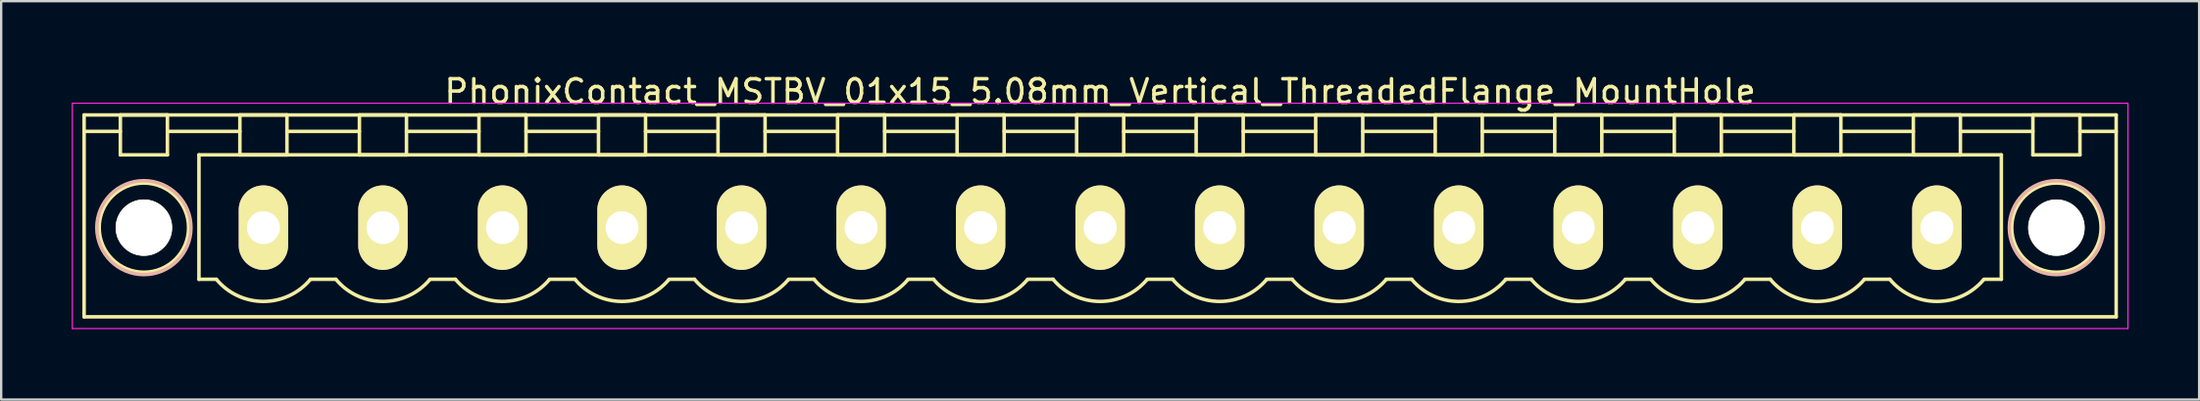
<source format=kicad_pcb>
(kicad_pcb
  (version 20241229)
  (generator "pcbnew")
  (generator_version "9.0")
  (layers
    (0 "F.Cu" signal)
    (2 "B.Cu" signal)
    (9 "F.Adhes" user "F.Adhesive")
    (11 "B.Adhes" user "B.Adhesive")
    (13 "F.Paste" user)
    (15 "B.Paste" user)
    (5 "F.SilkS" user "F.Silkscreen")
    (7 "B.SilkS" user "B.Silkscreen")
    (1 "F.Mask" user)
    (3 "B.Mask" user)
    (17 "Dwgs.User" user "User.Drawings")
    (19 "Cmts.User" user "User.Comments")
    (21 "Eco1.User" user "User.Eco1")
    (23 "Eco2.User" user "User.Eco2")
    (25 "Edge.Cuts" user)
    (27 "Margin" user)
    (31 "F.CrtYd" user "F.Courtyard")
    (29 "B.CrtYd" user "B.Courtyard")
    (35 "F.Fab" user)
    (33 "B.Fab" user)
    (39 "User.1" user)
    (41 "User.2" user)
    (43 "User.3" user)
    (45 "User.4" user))
  (footprint "PhonixContact_MSTBV_01x15_5.08mm_Vertical_ThreadedFlange_MountHole"
    (layer "F.Cu")
    (at 8.145 6.648)
    (property "Reference" "PhonixContact_MSTBV_01x15_5.08mm_Vertical_ThreadedFlange_MountHole" (at 35.56 -5.8 0) (layer "F.SilkS") (effects (font (size 1 1) (thickness 0.15))))
    (attr through_hole)
    (fp_line (start -7.62 -4.8) (end -7.62 3.8) (stroke (width 0.15) (type solid)) (layer "F.SilkS"))
    (fp_line (start -7.62 -4.1) (end -6.08 -4.1) (stroke (width 0.15) (type solid)) (layer "F.SilkS"))
    (fp_line (start -7.62 3.8) (end 78.74 3.8) (stroke (width 0.15) (type solid)) (layer "F.SilkS"))
    (fp_line (start -6.08 -4.8) (end -4.08 -4.8) (stroke (width 0.15) (type solid)) (layer "F.SilkS"))
    (fp_line (start -6.08 -3.1) (end -6.08 -4.8) (stroke (width 0.15) (type solid)) (layer "F.SilkS"))
    (fp_line (start -4.08 -4.8) (end -4.08 -3.1) (stroke (width 0.15) (type solid)) (layer "F.SilkS"))
    (fp_line (start -4.08 -4.1) (end -1 -4.1) (stroke (width 0.15) (type solid)) (layer "F.SilkS"))
    (fp_line (start -4.08 -3.1) (end -6.08 -3.1) (stroke (width 0.15) (type solid)) (layer "F.SilkS"))
    (fp_line (start -2.74 -3.1) (end 73.86 -3.1) (stroke (width 0.15) (type solid)) (layer "F.SilkS"))
    (fp_line (start -2.74 2.2) (end -2.74 -3.1) (stroke (width 0.15) (type solid)) (layer "F.SilkS"))
    (fp_line (start -2 2.2) (end -2.74 2.2) (stroke (width 0.15) (type solid)) (layer "F.SilkS"))
    (fp_line (start -1 -4.8) (end 1 -4.8) (stroke (width 0.15) (type solid)) (layer "F.SilkS"))
    (fp_line (start -1 -3.1) (end -1 -4.8) (stroke (width 0.15) (type solid)) (layer "F.SilkS"))
    (fp_line (start 1 -4.8) (end 1 -3.1) (stroke (width 0.15) (type solid)) (layer "F.SilkS"))
    (fp_line (start 1 -4.1) (end 4.08 -4.1) (stroke (width 0.15) (type solid)) (layer "F.SilkS"))
    (fp_line (start 1 -3.1) (end -1 -3.1) (stroke (width 0.15) (type solid)) (layer "F.SilkS"))
    (fp_line (start 2 2.2) (end 3.08 2.2) (stroke (width 0.15) (type solid)) (layer "F.SilkS"))
    (fp_line (start 4.08 -4.8) (end 6.08 -4.8) (stroke (width 0.15) (type solid)) (layer "F.SilkS"))
    (fp_line (start 4.08 -3.1) (end 4.08 -4.8) (stroke (width 0.15) (type solid)) (layer "F.SilkS"))
    (fp_line (start 6.08 -4.8) (end 6.08 -3.1) (stroke (width 0.15) (type solid)) (layer "F.SilkS"))
    (fp_line (start 6.08 -4.1) (end 9.16 -4.1) (stroke (width 0.15) (type solid)) (layer "F.SilkS"))
    (fp_line (start 6.08 -3.1) (end 4.08 -3.1) (stroke (width 0.15) (type solid)) (layer "F.SilkS"))
    (fp_line (start 7.08 2.2) (end 8.16 2.2) (stroke (width 0.15) (type solid)) (layer "F.SilkS"))
    (fp_line (start 9.16 -4.8) (end 11.16 -4.8) (stroke (width 0.15) (type solid)) (layer "F.SilkS"))
    (fp_line (start 9.16 -3.1) (end 9.16 -4.8) (stroke (width 0.15) (type solid)) (layer "F.SilkS"))
    (fp_line (start 11.16 -4.8) (end 11.16 -3.1) (stroke (width 0.15) (type solid)) (layer "F.SilkS"))
    (fp_line (start 11.16 -4.1) (end 14.24 -4.1) (stroke (width 0.15) (type solid)) (layer "F.SilkS"))
    (fp_line (start 11.16 -3.1) (end 9.16 -3.1) (stroke (width 0.15) (type solid)) (layer "F.SilkS"))
    (fp_line (start 12.16 2.2) (end 13.24 2.2) (stroke (width 0.15) (type solid)) (layer "F.SilkS"))
    (fp_line (start 14.24 -4.8) (end 16.24 -4.8) (stroke (width 0.15) (type solid)) (layer "F.SilkS"))
    (fp_line (start 14.24 -3.1) (end 14.24 -4.8) (stroke (width 0.15) (type solid)) (layer "F.SilkS"))
    (fp_line (start 16.24 -4.8) (end 16.24 -3.1) (stroke (width 0.15) (type solid)) (layer "F.SilkS"))
    (fp_line (start 16.24 -4.1) (end 19.32 -4.1) (stroke (width 0.15) (type solid)) (layer "F.SilkS"))
    (fp_line (start 16.24 -3.1) (end 14.24 -3.1) (stroke (width 0.15) (type solid)) (layer "F.SilkS"))
    (fp_line (start 17.24 2.2) (end 18.32 2.2) (stroke (width 0.15) (type solid)) (layer "F.SilkS"))
    (fp_line (start 19.32 -4.8) (end 21.32 -4.8) (stroke (width 0.15) (type solid)) (layer "F.SilkS"))
    (fp_line (start 19.32 -3.1) (end 19.32 -4.8) (stroke (width 0.15) (type solid)) (layer "F.SilkS"))
    (fp_line (start 21.32 -4.8) (end 21.32 -3.1) (stroke (width 0.15) (type solid)) (layer "F.SilkS"))
    (fp_line (start 21.32 -4.1) (end 24.4 -4.1) (stroke (width 0.15) (type solid)) (layer "F.SilkS"))
    (fp_line (start 21.32 -3.1) (end 19.32 -3.1) (stroke (width 0.15) (type solid)) (layer "F.SilkS"))
    (fp_line (start 22.32 2.2) (end 23.4 2.2) (stroke (width 0.15) (type solid)) (layer "F.SilkS"))
    (fp_line (start 24.4 -4.8) (end 26.4 -4.8) (stroke (width 0.15) (type solid)) (layer "F.SilkS"))
    (fp_line (start 24.4 -3.1) (end 24.4 -4.8) (stroke (width 0.15) (type solid)) (layer "F.SilkS"))
    (fp_line (start 26.4 -4.8) (end 26.4 -3.1) (stroke (width 0.15) (type solid)) (layer "F.SilkS"))
    (fp_line (start 26.4 -4.1) (end 29.48 -4.1) (stroke (width 0.15) (type solid)) (layer "F.SilkS"))
    (fp_line (start 26.4 -3.1) (end 24.4 -3.1) (stroke (width 0.15) (type solid)) (layer "F.SilkS"))
    (fp_line (start 27.4 2.2) (end 28.48 2.2) (stroke (width 0.15) (type solid)) (layer "F.SilkS"))
    (fp_line (start 29.48 -4.8) (end 31.48 -4.8) (stroke (width 0.15) (type solid)) (layer "F.SilkS"))
    (fp_line (start 29.48 -3.1) (end 29.48 -4.8) (stroke (width 0.15) (type solid)) (layer "F.SilkS"))
    (fp_line (start 31.48 -4.8) (end 31.48 -3.1) (stroke (width 0.15) (type solid)) (layer "F.SilkS"))
    (fp_line (start 31.48 -4.1) (end 34.56 -4.1) (stroke (width 0.15) (type solid)) (layer "F.SilkS"))
    (fp_line (start 31.48 -3.1) (end 29.48 -3.1) (stroke (width 0.15) (type solid)) (layer "F.SilkS"))
    (fp_line (start 32.48 2.2) (end 33.56 2.2) (stroke (width 0.15) (type solid)) (layer "F.SilkS"))
    (fp_line (start 34.56 -4.8) (end 36.56 -4.8) (stroke (width 0.15) (type solid)) (layer "F.SilkS"))
    (fp_line (start 34.56 -3.1) (end 34.56 -4.8) (stroke (width 0.15) (type solid)) (layer "F.SilkS"))
    (fp_line (start 36.56 -4.8) (end 36.56 -3.1) (stroke (width 0.15) (type solid)) (layer "F.SilkS"))
    (fp_line (start 36.56 -4.1) (end 39.64 -4.1) (stroke (width 0.15) (type solid)) (layer "F.SilkS"))
    (fp_line (start 36.56 -3.1) (end 34.56 -3.1) (stroke (width 0.15) (type solid)) (layer "F.SilkS"))
    (fp_line (start 37.56 2.2) (end 38.64 2.2) (stroke (width 0.15) (type solid)) (layer "F.SilkS"))
    (fp_line (start 39.64 -4.8) (end 41.64 -4.8) (stroke (width 0.15) (type solid)) (layer "F.SilkS"))
    (fp_line (start 39.64 -3.1) (end 39.64 -4.8) (stroke (width 0.15) (type solid)) (layer "F.SilkS"))
    (fp_line (start 41.64 -4.8) (end 41.64 -3.1) (stroke (width 0.15) (type solid)) (layer "F.SilkS"))
    (fp_line (start 41.64 -4.1) (end 44.72 -4.1) (stroke (width 0.15) (type solid)) (layer "F.SilkS"))
    (fp_line (start 41.64 -3.1) (end 39.64 -3.1) (stroke (width 0.15) (type solid)) (layer "F.SilkS"))
    (fp_line (start 42.64 2.2) (end 43.72 2.2) (stroke (width 0.15) (type solid)) (layer "F.SilkS"))
    (fp_line (start 44.72 -4.8) (end 46.72 -4.8) (stroke (width 0.15) (type solid)) (layer "F.SilkS"))
    (fp_line (start 44.72 -3.1) (end 44.72 -4.8) (stroke (width 0.15) (type solid)) (layer "F.SilkS"))
    (fp_line (start 46.72 -4.8) (end 46.72 -3.1) (stroke (width 0.15) (type solid)) (layer "F.SilkS"))
    (fp_line (start 46.72 -4.1) (end 49.8 -4.1) (stroke (width 0.15) (type solid)) (layer "F.SilkS"))
    (fp_line (start 46.72 -3.1) (end 44.72 -3.1) (stroke (width 0.15) (type solid)) (layer "F.SilkS"))
    (fp_line (start 47.72 2.2) (end 48.8 2.2) (stroke (width 0.15) (type solid)) (layer "F.SilkS"))
    (fp_line (start 49.8 -4.8) (end 51.8 -4.8) (stroke (width 0.15) (type solid)) (layer "F.SilkS"))
    (fp_line (start 49.8 -3.1) (end 49.8 -4.8) (stroke (width 0.15) (type solid)) (layer "F.SilkS"))
    (fp_line (start 51.8 -4.8) (end 51.8 -3.1) (stroke (width 0.15) (type solid)) (layer "F.SilkS"))
    (fp_line (start 51.8 -4.1) (end 54.88 -4.1) (stroke (width 0.15) (type solid)) (layer "F.SilkS"))
    (fp_line (start 51.8 -3.1) (end 49.8 -3.1) (stroke (width 0.15) (type solid)) (layer "F.SilkS"))
    (fp_line (start 52.8 2.2) (end 53.88 2.2) (stroke (width 0.15) (type solid)) (layer "F.SilkS"))
    (fp_line (start 54.88 -4.8) (end 56.88 -4.8) (stroke (width 0.15) (type solid)) (layer "F.SilkS"))
    (fp_line (start 54.88 -3.1) (end 54.88 -4.8) (stroke (width 0.15) (type solid)) (layer "F.SilkS"))
    (fp_line (start 56.88 -4.8) (end 56.88 -3.1) (stroke (width 0.15) (type solid)) (layer "F.SilkS"))
    (fp_line (start 56.88 -4.1) (end 59.96 -4.1) (stroke (width 0.15) (type solid)) (layer "F.SilkS"))
    (fp_line (start 56.88 -3.1) (end 54.88 -3.1) (stroke (width 0.15) (type solid)) (layer "F.SilkS"))
    (fp_line (start 57.88 2.2) (end 58.96 2.2) (stroke (width 0.15) (type solid)) (layer "F.SilkS"))
    (fp_line (start 59.96 -4.8) (end 61.96 -4.8) (stroke (width 0.15) (type solid)) (layer "F.SilkS"))
    (fp_line (start 59.96 -3.1) (end 59.96 -4.8) (stroke (width 0.15) (type solid)) (layer "F.SilkS"))
    (fp_line (start 61.96 -4.8) (end 61.96 -3.1) (stroke (width 0.15) (type solid)) (layer "F.SilkS"))
    (fp_line (start 61.96 -4.1) (end 65.04 -4.1) (stroke (width 0.15) (type solid)) (layer "F.SilkS"))
    (fp_line (start 61.96 -3.1) (end 59.96 -3.1) (stroke (width 0.15) (type solid)) (layer "F.SilkS"))
    (fp_line (start 62.96 2.2) (end 64.04 2.2) (stroke (width 0.15) (type solid)) (layer "F.SilkS"))
    (fp_line (start 65.04 -4.8) (end 67.04 -4.8) (stroke (width 0.15) (type solid)) (layer "F.SilkS"))
    (fp_line (start 65.04 -3.1) (end 65.04 -4.8) (stroke (width 0.15) (type solid)) (layer "F.SilkS"))
    (fp_line (start 67.04 -4.8) (end 67.04 -3.1) (stroke (width 0.15) (type solid)) (layer "F.SilkS"))
    (fp_line (start 67.04 -4.1) (end 70.12 -4.1) (stroke (width 0.15) (type solid)) (layer "F.SilkS"))
    (fp_line (start 67.04 -3.1) (end 65.04 -3.1) (stroke (width 0.15) (type solid)) (layer "F.SilkS"))
    (fp_line (start 68.04 2.2) (end 69.12 2.2) (stroke (width 0.15) (type solid)) (layer "F.SilkS"))
    (fp_line (start 70.12 -4.8) (end 72.12 -4.8) (stroke (width 0.15) (type solid)) (layer "F.SilkS"))
    (fp_line (start 70.12 -3.1) (end 70.12 -4.8) (stroke (width 0.15) (type solid)) (layer "F.SilkS"))
    (fp_line (start 72.12 -4.8) (end 72.12 -3.1) (stroke (width 0.15) (type solid)) (layer "F.SilkS"))
    (fp_line (start 72.12 -4.1) (end 75.2 -4.1) (stroke (width 0.15) (type solid)) (layer "F.SilkS"))
    (fp_line (start 72.12 -3.1) (end 70.12 -3.1) (stroke (width 0.15) (type solid)) (layer "F.SilkS"))
    (fp_line (start 73.86 -3.1) (end 73.86 2.2) (stroke (width 0.15) (type solid)) (layer "F.SilkS"))
    (fp_line (start 73.86 2.2) (end 73.12 2.2) (stroke (width 0.15) (type solid)) (layer "F.SilkS"))
    (fp_line (start 75.2 -4.8) (end 77.2 -4.8) (stroke (width 0.15) (type solid)) (layer "F.SilkS"))
    (fp_line (start 75.2 -3.1) (end 75.2 -4.8) (stroke (width 0.15) (type solid)) (layer "F.SilkS"))
    (fp_line (start 77.2 -4.8) (end 77.2 -3.1) (stroke (width 0.15) (type solid)) (layer "F.SilkS"))
    (fp_line (start 77.2 -3.1) (end 75.2 -3.1) (stroke (width 0.15) (type solid)) (layer "F.SilkS"))
    (fp_line (start 78.74 -4.8) (end -7.62 -4.8) (stroke (width 0.15) (type solid)) (layer "F.SilkS"))
    (fp_line (start 78.74 -4.1) (end 77.2 -4.1) (stroke (width 0.15) (type solid)) (layer "F.SilkS"))
    (fp_line (start 78.74 3.8) (end 78.74 -4.8) (stroke (width 0.15) (type solid)) (layer "F.SilkS"))
    (fp_arc (start 1.986842 2.215821) (mid -0.010289 3.142758) (end -2 2.2) (stroke (width 0.15) (type solid)) (layer "F.SilkS"))
    (fp_arc (start 7.066842 2.215821) (mid 5.069711 3.142758) (end 3.08 2.2) (stroke (width 0.15) (type solid)) (layer "F.SilkS"))
    (fp_arc (start 12.146842 2.215821) (mid 10.149711 3.142758) (end 8.16 2.2) (stroke (width 0.15) (type solid)) (layer "F.SilkS"))
    (fp_arc (start 17.226842 2.215821) (mid 15.229711 3.142758) (end 13.24 2.2) (stroke (width 0.15) (type solid)) (layer "F.SilkS"))
    (fp_arc (start 22.306842 2.215821) (mid 20.309711 3.142758) (end 18.32 2.2) (stroke (width 0.15) (type solid)) (layer "F.SilkS"))
    (fp_arc (start 27.386842 2.215821) (mid 25.389711 3.142758) (end 23.4 2.2) (stroke (width 0.15) (type solid)) (layer "F.SilkS"))
    (fp_arc (start 32.466842 2.215821) (mid 30.469711 3.142758) (end 28.48 2.2) (stroke (width 0.15) (type solid)) (layer "F.SilkS"))
    (fp_arc (start 37.546842 2.215821) (mid 35.549711 3.142758) (end 33.56 2.2) (stroke (width 0.15) (type solid)) (layer "F.SilkS"))
    (fp_arc (start 42.626842 2.215821) (mid 40.629711 3.142758) (end 38.64 2.2) (stroke (width 0.15) (type solid)) (layer "F.SilkS"))
    (fp_arc (start 47.706842 2.215821) (mid 45.709711 3.142758) (end 43.72 2.2) (stroke (width 0.15) (type solid)) (layer "F.SilkS"))
    (fp_arc (start 52.786842 2.215821) (mid 50.789711 3.142758) (end 48.8 2.2) (stroke (width 0.15) (type solid)) (layer "F.SilkS"))
    (fp_arc (start 57.866842 2.215821) (mid 55.869711 3.142758) (end 53.88 2.2) (stroke (width 0.15) (type solid)) (layer "F.SilkS"))
    (fp_arc (start 62.946842 2.215821) (mid 60.949711 3.142758) (end 58.96 2.2) (stroke (width 0.15) (type solid)) (layer "F.SilkS"))
    (fp_arc (start 68.026842 2.215821) (mid 66.029711 3.142758) (end 64.04 2.2) (stroke (width 0.15) (type solid)) (layer "F.SilkS"))
    (fp_arc (start 73.106842 2.215821) (mid 71.109711 3.142758) (end 69.12 2.2) (stroke (width 0.15) (type solid)) (layer "F.SilkS"))
    (fp_circle (center -5.08 0) (end -4.08 0) (stroke (width 0.15) (type solid)) (fill no) (layer "F.SilkS"))
    (fp_circle (center -5.08 0) (end -3.18 0) (stroke (width 0.15) (type solid)) (fill no) (layer "F.SilkS"))
    (fp_circle (center 76.2 0) (end 77.2 0) (stroke (width 0.15) (type solid)) (fill no) (layer "F.SilkS"))
    (fp_circle (center 76.2 0) (end 78.1 0) (stroke (width 0.15) (type solid)) (fill no) (layer "F.SilkS"))
    (fp_circle (center -5.08 0) (end -3.08 0) (stroke (width 0.15) (type solid)) (fill no) (layer "B.SilkS"))
    (fp_circle (center 76.2 0) (end 78.2 0) (stroke (width 0.15) (type solid)) (fill no) (layer "B.SilkS"))
    (fp_line (start -8.12 -5.3) (end -8.12 4.3) (stroke (width 0.05) (type solid)) (layer "F.CrtYd"))
    (fp_line (start -8.12 4.3) (end 79.24 4.3) (stroke (width 0.05) (type solid)) (layer "F.CrtYd"))
    (fp_line (start 79.24 -5.3) (end -8.12 -5.3) (stroke (width 0.05) (type solid)) (layer "F.CrtYd"))
    (fp_line (start 79.24 4.3) (end 79.24 -5.3) (stroke (width 0.05) (type solid)) (layer "F.CrtYd"))
    (pad "" np_thru_hole circle (at -5.08 0) (size 2.4 2.4) (drill 2.4) (layers "*.Cu" "*.Mask" "F.SilkS"))
    (pad "" np_thru_hole circle (at 76.2 0) (size 2.4 2.4) (drill 2.4) (layers "*.Cu" "*.Mask" "F.SilkS"))
    (pad "1" thru_hole oval (at 0 0) (size 2.1 3.6) (drill 1.4) (layers "*.Cu" "*.Mask" "F.SilkS"))
    (pad "2" thru_hole oval (at 5.08 0) (size 2.1 3.6) (drill 1.4) (layers "*.Cu" "*.Mask" "F.SilkS"))
    (pad "3" thru_hole oval (at 10.16 0) (size 2.1 3.6) (drill 1.4) (layers "*.Cu" "*.Mask" "F.SilkS"))
    (pad "4" thru_hole oval (at 15.24 0) (size 2.1 3.6) (drill 1.4) (layers "*.Cu" "*.Mask" "F.SilkS"))
    (pad "5" thru_hole oval (at 20.32 0) (size 2.1 3.6) (drill 1.4) (layers "*.Cu" "*.Mask" "F.SilkS"))
    (pad "6" thru_hole oval (at 25.4 0) (size 2.1 3.6) (drill 1.4) (layers "*.Cu" "*.Mask" "F.SilkS"))
    (pad "7" thru_hole oval (at 30.48 0) (size 2.1 3.6) (drill 1.4) (layers "*.Cu" "*.Mask" "F.SilkS"))
    (pad "8" thru_hole oval (at 35.56 0) (size 2.1 3.6) (drill 1.4) (layers "*.Cu" "*.Mask" "F.SilkS"))
    (pad "9" thru_hole oval (at 40.64 0) (size 2.1 3.6) (drill 1.4) (layers "*.Cu" "*.Mask" "F.SilkS"))
    (pad "10" thru_hole oval (at 45.72 0) (size 2.1 3.6) (drill 1.4) (layers "*.Cu" "*.Mask" "F.SilkS"))
    (pad "11" thru_hole oval (at 50.8 0) (size 2.1 3.6) (drill 1.4) (layers "*.Cu" "*.Mask" "F.SilkS"))
    (pad "12" thru_hole oval (at 55.88 0) (size 2.1 3.6) (drill 1.4) (layers "*.Cu" "*.Mask" "F.SilkS"))
    (pad "13" thru_hole oval (at 60.96 0) (size 2.1 3.6) (drill 1.4) (layers "*.Cu" "*.Mask" "F.SilkS"))
    (pad "14" thru_hole oval (at 66.04 0) (size 2.1 3.6) (drill 1.4) (layers "*.Cu" "*.Mask" "F.SilkS"))
    (pad "15" thru_hole oval (at 71.12 0) (size 2.1 3.6) (drill 1.4) (layers "*.Cu" "*.Mask" "F.SilkS")))
  (gr_rect
    (start -3 -3)
    (end 90.41 13.973)
    (stroke (width 0.1) (type default))
    (fill no)
    (layer "Edge.Cuts")))
</source>
